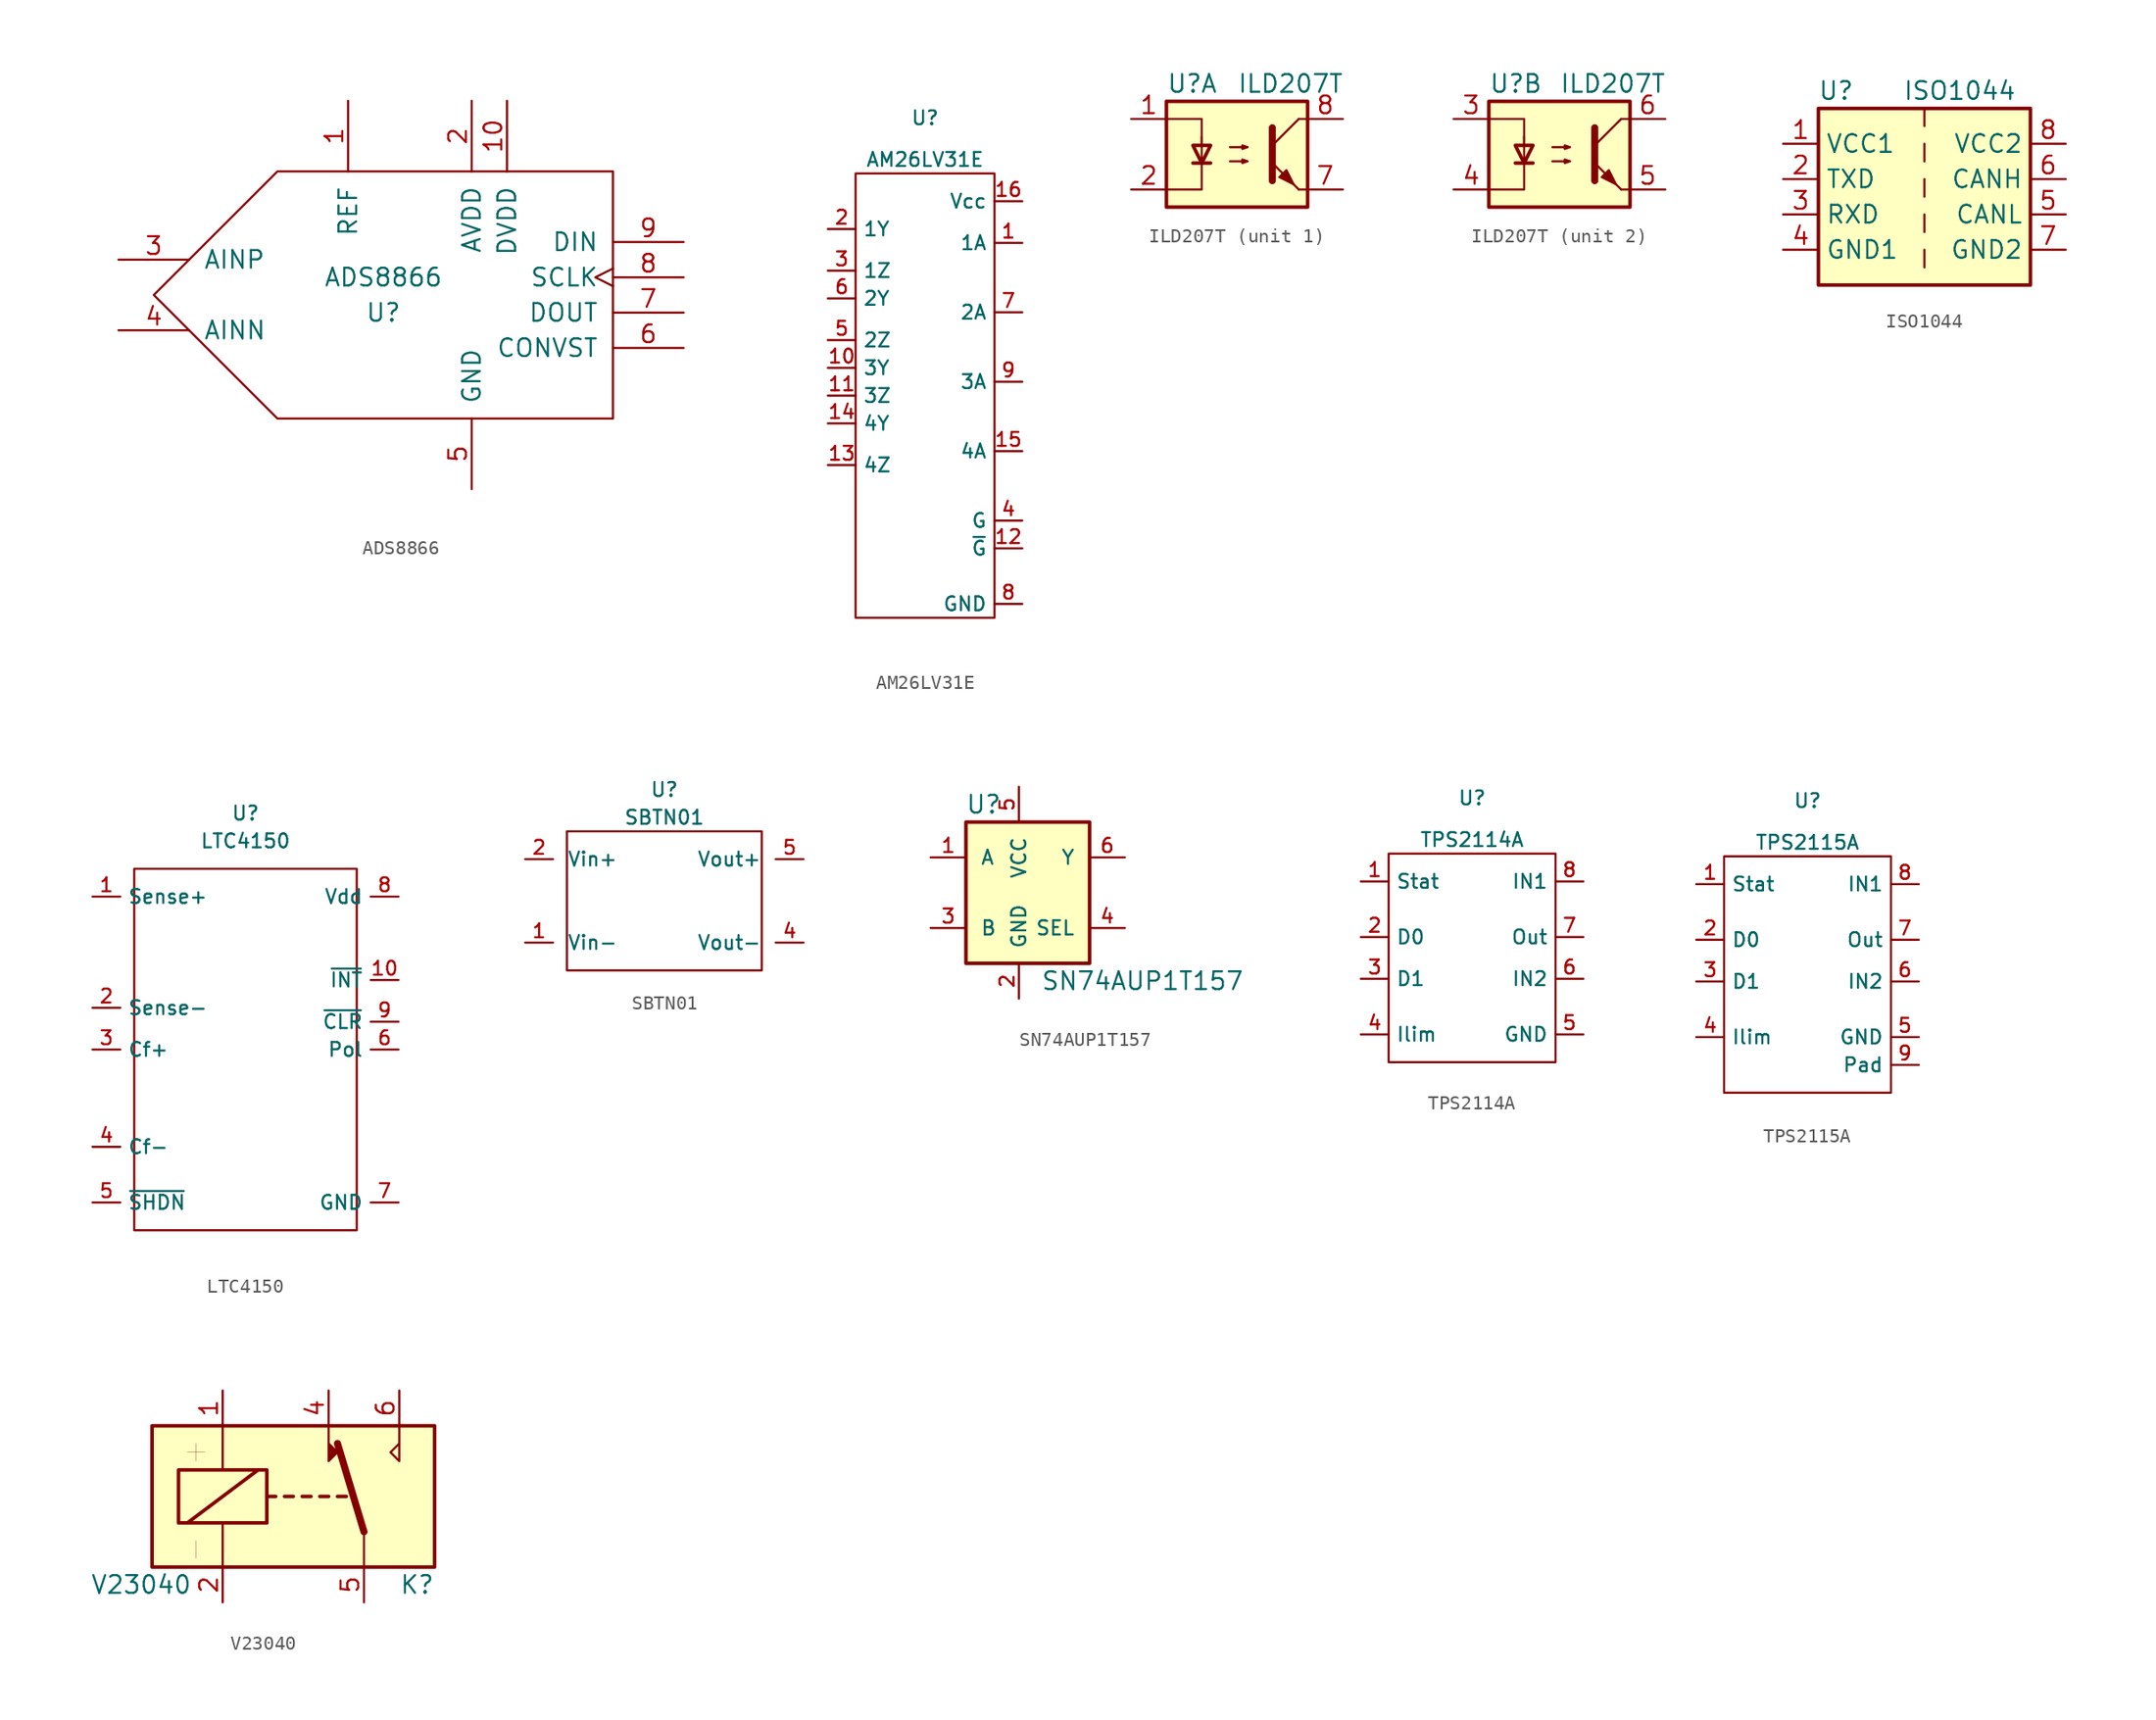
<source format=kicad_sym>
(kicad_symbol_lib
  (version 20210619)
  (generator kicad_symbol_editor)
  (symbol "BMS_master:ADS8866"
    (pin_names
      (offset 1.016))
    (property "Reference" "U"
      (at -1.27 -1.27 0)
      (effects (font (size 1.27 1.27))))
    (property "Value" "ADS8866"
      (at -1.27 1.27 0)
      (effects (font (size 1.27 1.27))))
    (symbol "ADS8866_0_1"
      (polyline (pts (xy -17.78 0) (xy -8.89 8.89) (xy 15.24 8.89) (xy 15.24 -8.89) (xy -8.89 -8.89) (xy -17.78 0)) (stroke (width 0)) (fill (type none))))
    (symbol "ADS8866_1_1"
      (pin input line (at -3.81 13.97 270) (length 5.08) (name "REF" (effects (font (size 1.27 1.27)))) (number "1" (effects (font (size 1.27 1.27)))))
      (pin input line (at 7.62 13.97 270) (length 5.08) (name "DVDD" (effects (font (size 1.27 1.27)))) (number "10" (effects (font (size 1.27 1.27)))))
      (pin input line (at 5.08 13.97 270) (length 5.08) (name "AVDD" (effects (font (size 1.27 1.27)))) (number "2" (effects (font (size 1.27 1.27)))))
      (pin input line (at -20.32 2.54 0) (length 5.08) (name "AINP" (effects (font (size 1.27 1.27)))) (number "3" (effects (font (size 1.27 1.27)))))
      (pin input line (at -20.32 -2.54 0) (length 5.08) (name "AINN" (effects (font (size 1.27 1.27)))) (number "4" (effects (font (size 1.27 1.27)))))
      (pin input line (at 5.08 -13.97 90) (length 5.08) (name "GND" (effects (font (size 1.27 1.27)))) (number "5" (effects (font (size 1.27 1.27)))))
      (pin input line (at 20.32 -3.81 180) (length 5.08) (name "CONVST" (effects (font (size 1.27 1.27)))) (number "6" (effects (font (size 1.27 1.27)))))
      (pin output line (at 20.32 -1.27 180) (length 5.08) (name "DOUT" (effects (font (size 1.27 1.27)))) (number "7" (effects (font (size 1.27 1.27)))))
      (pin input clock (at 20.32 1.27 180) (length 5.08) (name "SCLK" (effects (font (size 1.27 1.27)))) (number "8" (effects (font (size 1.27 1.27)))))
      (pin input line (at 20.32 3.81 180) (length 5.08) (name "DIN" (effects (font (size 1.27 1.27)))) (number "9" (effects (font (size 1.27 1.27)))))))
  (symbol "BMS_master:AM26LV31E"
    (property "Reference" "U"
      (at 0 19 0)
      (effects (font (size 1 1))))
    (property "Value" "AM26LV31E"
      (at 0 16 0)
      (effects (font (size 1 1))))
    (symbol "AM26LV31E_0_1"
      (rectangle (start -5 15) (end 5 -17) (stroke (width 0)) (fill (type none))))
    (symbol "AM26LV31E_1_1"
      (pin input line (at 7 10 180) (length 2) (name "1A" (effects (font (size 1 1)))) (number "1" (effects (font (size 1 1)))))
      (pin output line (at -7 1 0) (length 2) (name "3Y" (effects (font (size 1 1)))) (number "10" (effects (font (size 1 1)))))
      (pin output line (at -7 -1 0) (length 2) (name "3Z" (effects (font (size 1 1)))) (number "11" (effects (font (size 1 1)))))
      (pin input line (at 7 -12 180) (length 2) (name "~{G}" (effects (font (size 1 1)))) (number "12" (effects (font (size 1 1)))))
      (pin output line (at -7 -6 0) (length 2) (name "4Z" (effects (font (size 1 1)))) (number "13" (effects (font (size 1 1)))))
      (pin output line (at -7 -3 0) (length 2) (name "4Y" (effects (font (size 1 1)))) (number "14" (effects (font (size 1 1)))))
      (pin input line (at 7 -5 180) (length 2) (name "4A" (effects (font (size 1 1)))) (number "15" (effects (font (size 1 1)))))
      (pin power_in line (at 7 13 180) (length 2) (name "Vcc" (effects (font (size 1 1)))) (number "16" (effects (font (size 1 1)))))
      (pin output line (at -7 11 0) (length 2) (name "1Y" (effects (font (size 1 1)))) (number "2" (effects (font (size 1 1)))))
      (pin output line (at -7 8 0) (length 2) (name "1Z" (effects (font (size 1 1)))) (number "3" (effects (font (size 1 1)))))
      (pin input line (at 7 -10 180) (length 2) (name "G" (effects (font (size 1 1)))) (number "4" (effects (font (size 1 1)))))
      (pin output line (at -7 3 0) (length 2) (name "2Z" (effects (font (size 1 1)))) (number "5" (effects (font (size 1 1)))))
      (pin output line (at -7 6 0) (length 2) (name "2Y" (effects (font (size 1 1)))) (number "6" (effects (font (size 1 1)))))
      (pin input line (at 7 5 180) (length 2) (name "2A" (effects (font (size 1 1)))) (number "7" (effects (font (size 1 1)))))
      (pin passive line (at 7 -16 180) (length 2) (name "GND" (effects (font (size 1 1)))) (number "8" (effects (font (size 1 1)))))
      (pin input line (at 7 0 180) (length 2) (name "3A" (effects (font (size 1 1)))) (number "9" (effects (font (size 1 1)))))))
  (symbol "BMS_master:ILD207T"
    (pin_names
      (offset 1.016))
    (property "Reference" "U"
      (at -5.08 5.08 0)
      (effects (font (size 1.27 1.27)) (justify left)))
    (property "Value" "ILD207T"
      (at 0 5.08 0)
      (effects (font (size 1.27 1.27)) (justify left)))
    (symbol "ILD207T_0_1"
      (rectangle (start -5.08 3.81) (end 5.08 -3.81) (stroke (width 0.254)) (fill (type background)))
      (polyline (pts (xy -3.175 -0.635) (xy -1.905 -0.635)) (stroke (width 0.254)) (fill (type none)))
      (polyline (pts (xy 2.54 0.635) (xy 4.445 2.54)) (stroke (width 0)) (fill (type none)))
      (polyline (pts (xy 4.445 -2.54) (xy 5.08 -2.54)) (stroke (width 0)) (fill (type none)))
      (polyline (pts (xy 4.445 2.54) (xy 5.08 2.54)) (stroke (width 0)) (fill (type none)))
      (polyline (pts (xy -5.08 2.54) (xy -2.54 2.54) (xy -2.54 0.635)) (stroke (width 0)) (fill (type none)))
      (polyline (pts (xy 2.54 1.905) (xy 2.54 -1.905) (xy 2.54 -1.905)) (stroke (width 0.508)) (fill (type none)))
      (polyline (pts (xy -2.54 -0.635) (xy -3.175 0.635) (xy -1.905 0.635) (xy -2.54 -0.635)) (stroke (width 0.254)) (fill (type none)))
      (polyline (pts (xy -2.54 -0.635) (xy -2.54 1.27) (xy -2.54 -2.54) (xy -5.08 -2.54)) (stroke (width 0)) (fill (type none)))
      (polyline (pts (xy -0.508 -0.508) (xy 0.762 -0.508) (xy 0.381 -0.635) (xy 0.381 -0.381) (xy 0.762 -0.508)) (stroke (width 0)) (fill (type none)))
      (polyline (pts (xy -0.508 0.508) (xy 0.762 0.508) (xy 0.381 0.381) (xy 0.381 0.635) (xy 0.762 0.508)) (stroke (width 0)) (fill (type none)))
      (polyline (pts (xy 4.445 -2.54) (xy 2.54 -0.635)) (stroke (width 0)) (fill (type outline)))
      (polyline (pts (xy 3.048 -1.651) (xy 3.556 -1.143) (xy 4.064 -2.159) (xy 3.048 -1.651) (xy 3.048 -1.651)) (stroke (width 0)) (fill (type outline))))
    (symbol "ILD207T_1_1"
      (pin passive line (at -7.62 2.54 0) (length 2.54) (name "~" (effects (font (size 1.27 1.27)))) (number "1" (effects (font (size 1.27 1.27)))))
      (pin passive line (at -7.62 -2.54 0) (length 2.54) (name "~" (effects (font (size 1.27 1.27)))) (number "2" (effects (font (size 1.27 1.27)))))
      (pin passive line (at 7.62 -2.54 180) (length 2.54) (name "~" (effects (font (size 1.27 1.27)))) (number "7" (effects (font (size 1.27 1.27)))))
      (pin passive line (at 7.62 2.54 180) (length 2.54) (name "~" (effects (font (size 1.27 1.27)))) (number "8" (effects (font (size 1.27 1.27))))))
    (symbol "ILD207T_2_1"
      (pin passive line (at -7.62 2.54 0) (length 2.54) (name "~" (effects (font (size 1.27 1.27)))) (number "3" (effects (font (size 1.27 1.27)))))
      (pin passive line (at -7.62 -2.54 0) (length 2.54) (name "~" (effects (font (size 1.27 1.27)))) (number "4" (effects (font (size 1.27 1.27)))))
      (pin passive line (at 7.62 -2.54 180) (length 2.54) (name "~" (effects (font (size 1.27 1.27)))) (number "5" (effects (font (size 1.27 1.27)))))
      (pin passive line (at 7.62 2.54 180) (length 2.54) (name "~" (effects (font (size 1.27 1.27)))) (number "6" (effects (font (size 1.27 1.27)))))))
  (symbol "BMS_master:ISO1044"
    (property "Reference" "U"
      (at -6.35 6.35 0)
      (effects (font (size 1.27 1.27))))
    (property "Value" "ISO1044"
      (at 2.54 6.35 0)
      (effects (font (size 1.27 1.27))))
    (symbol "ISO1044_0_1"
      (rectangle (start -7.62 5.08) (end 7.62 -7.62) (stroke (width 0.254)) (fill (type background)))
      (polyline (pts (xy 0 -5.08) (xy 0 -6.35)) (stroke (width 0)) (fill (type none)))
      (polyline (pts (xy 0 -2.54) (xy 0 -3.81)) (stroke (width 0)) (fill (type none)))
      (polyline (pts (xy 0 0) (xy 0 -1.27)) (stroke (width 0)) (fill (type none)))
      (polyline (pts (xy 0 2.54) (xy 0 1.27)) (stroke (width 0)) (fill (type none)))
      (polyline (pts (xy 0 5.08) (xy 0 3.81)) (stroke (width 0)) (fill (type none))))
    (symbol "ISO1044_1_1"
      (pin power_in line (at -10.16 2.54 0) (length 2.54) (name "VCC1" (effects (font (size 1.27 1.27)))) (number "1" (effects (font (size 1.27 1.27)))))
      (pin output line (at -10.16 0 0) (length 2.54) (name "TXD" (effects (font (size 1.27 1.27)))) (number "2" (effects (font (size 1.27 1.27)))))
      (pin input line (at -10.16 -2.54 0) (length 2.54) (name "RXD" (effects (font (size 1.27 1.27)))) (number "3" (effects (font (size 1.27 1.27)))))
      (pin power_in line (at -10.16 -5.08 0) (length 2.54) (name "GND1" (effects (font (size 1.27 1.27)))) (number "4" (effects (font (size 1.27 1.27)))))
      (pin bidirectional line (at 10.16 -2.54 180) (length 2.54) (name "CANL" (effects (font (size 1.27 1.27)))) (number "5" (effects (font (size 1.27 1.27)))))
      (pin bidirectional line (at 10.16 0 180) (length 2.54) (name "CANH" (effects (font (size 1.27 1.27)))) (number "6" (effects (font (size 1.27 1.27)))))
      (pin power_in line (at 10.16 -5.08 180) (length 2.54) (name "GND2" (effects (font (size 1.27 1.27)))) (number "7" (effects (font (size 1.27 1.27)))))
      (pin power_in line (at 10.16 2.54 180) (length 2.54) (name "VCC2" (effects (font (size 1.27 1.27)))) (number "8" (effects (font (size 1.27 1.27)))))))
  (symbol "BMS_master:LTC4150"
    (property "Reference" "U"
      (at 0 17 0)
      (effects (font (size 1 1))))
    (property "Value" "LTC4150"
      (at 0 15 0)
      (effects (font (size 1 1))))
    (symbol "LTC4150_0_1"
      (rectangle (start -8 13) (end 8 -13) (stroke (width 0)) (fill (type none))))
    (symbol "LTC4150_1_1"
      (pin input line (at -11 11 0) (length 2) (name "Sense+" (effects (font (size 1 1)))) (number "1" (effects (font (size 1 1)))))
      (pin open_collector line (at 11 5 180) (length 2) (name "~{INT}" (effects (font (size 1 1)))) (number "10" (effects (font (size 1 1)))))
      (pin input line (at -11 3 0) (length 2) (name "Sense-" (effects (font (size 1 1)))) (number "2" (effects (font (size 1 1)))))
      (pin input line (at -11 0 0) (length 2) (name "Cf+" (effects (font (size 1 1)))) (number "3" (effects (font (size 1 1)))))
      (pin input line (at -11 -7 0) (length 2) (name "Cf-" (effects (font (size 1 1)))) (number "4" (effects (font (size 1 1)))))
      (pin input line (at -11 -11 0) (length 2) (name "~{SHDN}" (effects (font (size 1 1)))) (number "5" (effects (font (size 1 1)))))
      (pin open_collector line (at 11 0 180) (length 2) (name "Pol" (effects (font (size 1 1)))) (number "6" (effects (font (size 1 1)))))
      (pin passive line (at 11 -11 180) (length 2) (name "GND" (effects (font (size 1 1)))) (number "7" (effects (font (size 1 1)))))
      (pin power_in line (at 11 11 180) (length 2) (name "Vdd" (effects (font (size 1 1)))) (number "8" (effects (font (size 1 1)))))
      (pin open_collector line (at 11 2 180) (length 2) (name "~{CLR}" (effects (font (size 1 1)))) (number "9" (effects (font (size 1 1)))))))
  (symbol "BMS_master:SBTN01"
    (pin_names
      (offset 1))
    (property "Reference" "U"
      (at 0 8 0)
      (effects (font (size 1 1))))
    (property "Value" "SBTN01"
      (at 0 6 0)
      (effects (font (size 1 1))))
    (symbol "SBTN01_0_1"
      (rectangle (start 7 5) (end -7 -5) (stroke (width 0)) (fill (type none))))
    (symbol "SBTN01_1_1"
      (pin passive line (at -10 -3 0) (length 2) (name "Vin-" (effects (font (size 1 1)))) (number "1" (effects (font (size 1 1)))))
      (pin power_in line (at -10 3 0) (length 2) (name "Vin+" (effects (font (size 1 1)))) (number "2" (effects (font (size 1 1)))))
      (pin passive line (at 10 -3 180) (length 2) (name "Vout-" (effects (font (size 1 1)))) (number "4" (effects (font (size 1 1)))))
      (pin power_out line (at 10 3 180) (length 2) (name "Vout+" (effects (font (size 1 1)))) (number "5" (effects (font (size 1 1)))))))
  (symbol "BMS_master:SN74AUP1T157"
    (pin_names
      (offset 1.016))
    (property "Reference" "U"
      (at -2.54 6.35 0)
      (effects (font (size 1.27 1.27))))
    (property "Value" "SN74AUP1T157"
      (at 8.89 -6.35 0)
      (effects (font (size 1.27 1.27))))
    (symbol "SN74AUP1T157_0_1"
      (rectangle (start -3.81 5.08) (end 5.08 -5.08) (stroke (width 0.254)) (fill (type background))))
    (symbol "SN74AUP1T157_1_1"
      (pin input line (at -6.35 2.54 0) (length 2.54) (name "A" (effects (font (size 1.016 1.016)))) (number "1" (effects (font (size 1.016 1.016)))))
      (pin passive line (at 0 -7.62 90) (length 2.54) (name "GND" (effects (font (size 1.016 1.016)))) (number "2" (effects (font (size 1.016 1.016)))))
      (pin input line (at -6.35 -2.54 0) (length 2.54) (name "B" (effects (font (size 1.016 1.016)))) (number "3" (effects (font (size 1.016 1.016)))))
      (pin input line (at 7.62 -2.54 180) (length 2.54) (name "SEL" (effects (font (size 1.016 1.016)))) (number "4" (effects (font (size 1.016 1.016)))))
      (pin power_in line (at 0 7.62 270) (length 2.54) (name "VCC" (effects (font (size 1.016 1.016)))) (number "5" (effects (font (size 1.016 1.016)))))
      (pin output line (at 7.62 2.54 180) (length 2.54) (name "Y" (effects (font (size 1.016 1.016)))) (number "6" (effects (font (size 1.016 1.016)))))))
  (symbol "BMS_master:TPS2114A"
    (property "Reference" "U"
      (at 0 11 0)
      (effects (font (size 1 1))))
    (property "Value" "TPS2114A"
      (at 0 8 0)
      (effects (font (size 1 1))))
    (symbol "TPS2114A_0_1"
      (rectangle (start -6 7) (end 6 -8) (stroke (width 0)) (fill (type none))))
    (symbol "TPS2114A_1_1"
      (pin output line (at -8 5 0) (length 2) (name "Stat" (effects (font (size 1 1)))) (number "1" (effects (font (size 1 1)))))
      (pin input line (at -8 1 0) (length 2) (name "D0" (effects (font (size 1 1)))) (number "2" (effects (font (size 1 1)))))
      (pin input line (at -8 -2 0) (length 2) (name "D1" (effects (font (size 1 1)))) (number "3" (effects (font (size 1 1)))))
      (pin input line (at -8 -6 0) (length 2) (name "Ilim" (effects (font (size 1 1)))) (number "4" (effects (font (size 1 1)))))
      (pin power_in line (at 8 -6 180) (length 2) (name "GND" (effects (font (size 1 1)))) (number "5" (effects (font (size 1 1)))))
      (pin power_in line (at 8 -2 180) (length 2) (name "IN2" (effects (font (size 1 1)))) (number "6" (effects (font (size 1 1)))))
      (pin power_out line (at 8 1 180) (length 2) (name "Out" (effects (font (size 1 1)))) (number "7" (effects (font (size 1 1)))))
      (pin power_in line (at 8 5 180) (length 2) (name "IN1" (effects (font (size 1 1)))) (number "8" (effects (font (size 1 1)))))))
  (symbol "BMS_master:TPS2115A"
    (property "Reference" "U"
      (at 0 11 0)
      (effects (font (size 1 1))))
    (property "Value" "TPS2115A"
      (at 0 8 0)
      (effects (font (size 1 1))))
    (symbol "TPS2115A_0_1"
      (rectangle (start -6 7) (end 6 -10) (stroke (width 0)) (fill (type none))))
    (symbol "TPS2115A_1_1"
      (pin output line (at -8 5 0) (length 2) (name "Stat" (effects (font (size 1 1)))) (number "1" (effects (font (size 1 1)))))
      (pin input line (at -8 1 0) (length 2) (name "D0" (effects (font (size 1 1)))) (number "2" (effects (font (size 1 1)))))
      (pin input line (at -8 -2 0) (length 2) (name "D1" (effects (font (size 1 1)))) (number "3" (effects (font (size 1 1)))))
      (pin input line (at -8 -6 0) (length 2) (name "Ilim" (effects (font (size 1 1)))) (number "4" (effects (font (size 1 1)))))
      (pin power_in line (at 8 -6 180) (length 2) (name "GND" (effects (font (size 1 1)))) (number "5" (effects (font (size 1 1)))))
      (pin power_in line (at 8 -2 180) (length 2) (name "IN2" (effects (font (size 1 1)))) (number "6" (effects (font (size 1 1)))))
      (pin power_out line (at 8 1 180) (length 2) (name "Out" (effects (font (size 1 1)))) (number "7" (effects (font (size 1 1)))))
      (pin power_in line (at 8 5 180) (length 2) (name "IN1" (effects (font (size 1 1)))) (number "8" (effects (font (size 1 1)))))
      (pin passive line (at 8 -8 180) (length 2) (name "Pad" (effects (font (size 1 1)))) (number "9" (effects (font (size 1 1)))))))
  (symbol "BMS_master:V23040"
    (property "Reference" "K"
      (at 7.62 -6.35 0)
      (effects (font (size 1.27 1.27)) (justify left)))
    (property "Value" "V23040"
      (at -14.605 -6.35 0)
      (effects (font (size 1.27 1.27)) (justify left)))
    (symbol "V23040_0_0"
      (polyline (pts (xy 7.62 5.08) (xy 7.62 2.54) (xy 6.985 3.175) (xy 7.62 3.81)) (stroke (width 0)) (fill (type none))))
    (symbol "V23040_0_1"
      (rectangle (start -8.255 1.905) (end -1.905 -1.905) (stroke (width 0.254)) (fill (type none)))
      (rectangle (start -10.16 5.08) (end 10.16 -5.08) (stroke (width 0.254)) (fill (type background)))
      (polyline (pts (xy -7.62 -1.905) (xy -2.54 1.905)) (stroke (width 0.254)) (fill (type none)))
      (polyline (pts (xy -7.62 3.175) (xy -6.35 3.175)) (stroke (width 0.001)) (fill (type none)))
      (polyline (pts (xy -6.985 -4.445) (xy -6.985 -3.175)) (stroke (width 0.001)) (fill (type none)))
      (polyline (pts (xy -6.985 2.54) (xy -6.985 3.81)) (stroke (width 0.001)) (fill (type none)))
      (polyline (pts (xy -5.08 -5.08) (xy -5.08 -1.905)) (stroke (width 0)) (fill (type none)))
      (polyline (pts (xy -5.08 5.08) (xy -5.08 1.905)) (stroke (width 0)) (fill (type none)))
      (polyline (pts (xy -1.905 0) (xy -1.27 0)) (stroke (width 0.254)) (fill (type none)))
      (polyline (pts (xy -0.635 0) (xy 0 0)) (stroke (width 0.254)) (fill (type none)))
      (polyline (pts (xy 0.635 0) (xy 1.27 0)) (stroke (width 0.254)) (fill (type none)))
      (polyline (pts (xy 1.905 0) (xy 2.54 0)) (stroke (width 0.254)) (fill (type none)))
      (polyline (pts (xy 3.175 0) (xy 3.81 0)) (stroke (width 0.254)) (fill (type none)))
      (polyline (pts (xy 5.08 -2.54) (xy 3.175 3.81)) (stroke (width 0.508)) (fill (type none)))
      (polyline (pts (xy 5.08 -2.54) (xy 5.08 -5.08)) (stroke (width 0)) (fill (type none)))
      (polyline (pts (xy 2.54 5.08) (xy 2.54 2.54) (xy 3.175 3.175) (xy 2.54 3.81)) (stroke (width 0)) (fill (type outline))))
    (symbol "V23040_1_1"
      (pin passive line (at -5.08 7.62 270) (length 2.54) (name "~" (effects (font (size 1.27 1.27)))) (number "1" (effects (font (size 1.27 1.27)))))
      (pin passive line (at -5.08 -7.62 90) (length 2.54) (name "~" (effects (font (size 1.27 1.27)))) (number "2" (effects (font (size 1.27 1.27)))))
      (pin passive line (at 2.54 7.62 270) (length 2.54) (name "~" (effects (font (size 1.27 1.27)))) (number "4" (effects (font (size 1.27 1.27)))))
      (pin passive line (at 5.08 -7.62 90) (length 2.54) (name "~" (effects (font (size 1.27 1.27)))) (number "5" (effects (font (size 1.27 1.27)))))
      (pin passive line (at 7.62 7.62 270) (length 2.54) (name "~" (effects (font (size 1.27 1.27)))) (number "6" (effects (font (size 1.27 1.27))))))))
</source>
